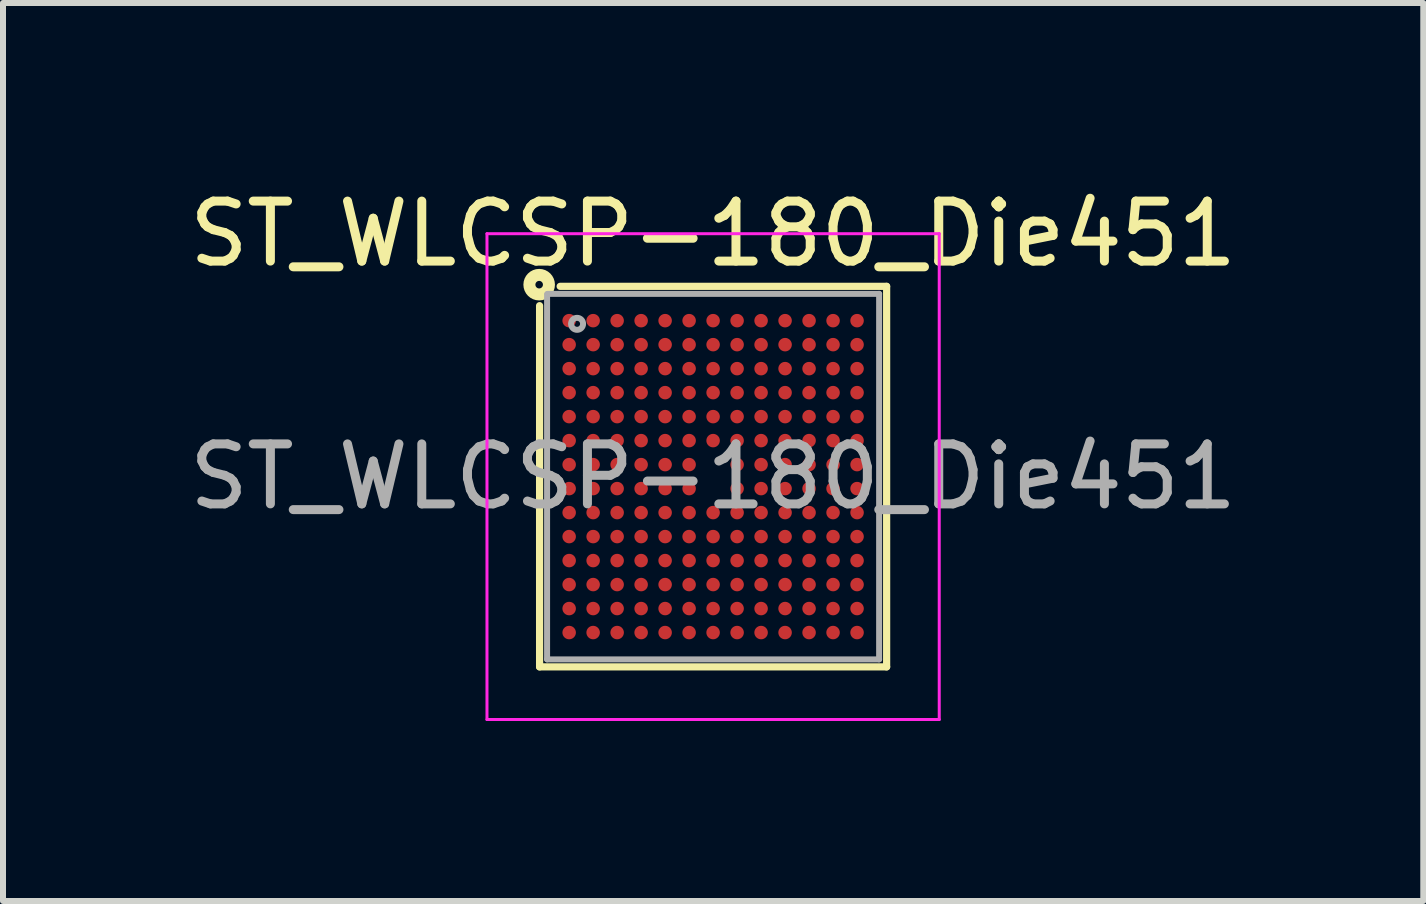
<source format=kicad_pcb>
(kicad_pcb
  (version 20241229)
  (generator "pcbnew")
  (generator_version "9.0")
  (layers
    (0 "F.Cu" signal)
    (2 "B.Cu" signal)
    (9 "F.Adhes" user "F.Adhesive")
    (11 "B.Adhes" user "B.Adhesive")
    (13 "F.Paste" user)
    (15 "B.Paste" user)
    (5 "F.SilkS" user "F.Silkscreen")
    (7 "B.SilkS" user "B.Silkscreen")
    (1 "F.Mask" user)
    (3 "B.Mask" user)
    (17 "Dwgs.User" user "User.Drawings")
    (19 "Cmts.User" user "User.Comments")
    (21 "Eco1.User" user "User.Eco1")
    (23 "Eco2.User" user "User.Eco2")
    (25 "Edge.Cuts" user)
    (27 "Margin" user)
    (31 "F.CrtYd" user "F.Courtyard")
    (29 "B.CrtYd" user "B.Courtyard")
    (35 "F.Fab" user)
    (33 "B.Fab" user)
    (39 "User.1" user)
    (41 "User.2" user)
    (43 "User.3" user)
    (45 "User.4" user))
  (footprint "ST_WLCSP-180_Die451"
    (layer "F.Cu")
    (at 8.839 4.896)
    (property "Reference" "ST_WLCSP-180_Die451" (at 0 -4.048 0) (layer "F.SilkS") (effects (font (size 1 1) (thickness 0.15))))
    (attr smd)
    (fp_line (start -2.893 3.172) (end -2.893 -2.85) (stroke (width 0.12) (type solid)) (layer "F.SilkS"))
    (fp_line (start -2.55 -3.172) (end 2.893 -3.172) (stroke (width 0.12) (type solid)) (layer "F.SilkS"))
    (fp_line (start 2.893 -3.172) (end 2.893 3.172) (stroke (width 0.12) (type solid)) (layer "F.SilkS"))
    (fp_line (start 2.893 3.172) (end -2.893 3.172) (stroke (width 0.12) (type solid)) (layer "F.SilkS"))
    (fp_circle (center -2.9 -3.2) (end -2.837 -3.2) (stroke (width 0.2) (type solid)) (fill no) (layer "F.SilkS"))
    (fp_line (start -3.77 -4.05) (end -3.77 4.05) (stroke (width 0.05) (type solid)) (layer "F.CrtYd"))
    (fp_line (start -3.77 4.05) (end 3.77 4.05) (stroke (width 0.05) (type solid)) (layer "F.CrtYd"))
    (fp_line (start 3.77 -4.05) (end -3.77 -4.05) (stroke (width 0.05) (type solid)) (layer "F.CrtYd"))
    (fp_line (start 3.77 4.05) (end 3.77 -4.05) (stroke (width 0.05) (type solid)) (layer "F.CrtYd"))
    (fp_line (start -2.768 3.047) (end -2.768 -3.04) (stroke (width 0.1) (type solid)) (layer "F.Fab"))
    (fp_line (start -2.76 -3.047) (end 2.768 -3.047) (stroke (width 0.1) (type solid)) (layer "F.Fab"))
    (fp_line (start 2.768 -3.047) (end 2.768 3.047) (stroke (width 0.1) (type solid)) (layer "F.Fab"))
    (fp_line (start 2.768 3.047) (end -2.768 3.047) (stroke (width 0.1) (type solid)) (layer "F.Fab"))
    (fp_circle (center -2.268 -2.547) (end -2.168 -2.547) (stroke (width 0.1) (type solid)) (fill no) (layer "F.Fab"))
    (fp_text user "${REFERENCE}" (at 0 0 0) (layer "F.Fab") (effects (font (size 1 1) (thickness 0.15))))
    (pad "A1" smd circle (at -2.4 -2.6) (size 0.225 0.225) (layers "F.Cu" "F.Mask" "F.Paste"))
    (pad "A2" smd circle (at -2 -2.6) (size 0.225 0.225) (layers "F.Cu" "F.Mask" "F.Paste"))
    (pad "A3" smd circle (at -1.6 -2.6) (size 0.225 0.225) (layers "F.Cu" "F.Mask" "F.Paste"))
    (pad "A4" smd circle (at -1.2 -2.6) (size 0.225 0.225) (layers "F.Cu" "F.Mask" "F.Paste"))
    (pad "A5" smd circle (at -0.8 -2.6) (size 0.225 0.225) (layers "F.Cu" "F.Mask" "F.Paste"))
    (pad "A6" smd circle (at -0.4 -2.6) (size 0.225 0.225) (layers "F.Cu" "F.Mask" "F.Paste"))
    (pad "A7" smd circle (at 0 -2.6) (size 0.225 0.225) (layers "F.Cu" "F.Mask" "F.Paste"))
    (pad "A8" smd circle (at 0.4 -2.6) (size 0.225 0.225) (layers "F.Cu" "F.Mask" "F.Paste"))
    (pad "A9" smd circle (at 0.8 -2.6) (size 0.225 0.225) (layers "F.Cu" "F.Mask" "F.Paste"))
    (pad "A10" smd circle (at 1.2 -2.6) (size 0.225 0.225) (layers "F.Cu" "F.Mask" "F.Paste"))
    (pad "A11" smd circle (at 1.6 -2.6) (size 0.225 0.225) (layers "F.Cu" "F.Mask" "F.Paste"))
    (pad "A12" smd circle (at 2 -2.6) (size 0.225 0.225) (layers "F.Cu" "F.Mask" "F.Paste"))
    (pad "A13" smd circle (at 2.4 -2.6) (size 0.225 0.225) (layers "F.Cu" "F.Mask" "F.Paste"))
    (pad "B1" smd circle (at -2.4 -2.2) (size 0.225 0.225) (layers "F.Cu" "F.Mask" "F.Paste"))
    (pad "B2" smd circle (at -2 -2.2) (size 0.225 0.225) (layers "F.Cu" "F.Mask" "F.Paste"))
    (pad "B3" smd circle (at -1.6 -2.2) (size 0.225 0.225) (layers "F.Cu" "F.Mask" "F.Paste"))
    (pad "B4" smd circle (at -1.2 -2.2) (size 0.225 0.225) (layers "F.Cu" "F.Mask" "F.Paste"))
    (pad "B5" smd circle (at -0.8 -2.2) (size 0.225 0.225) (layers "F.Cu" "F.Mask" "F.Paste"))
    (pad "B6" smd circle (at -0.4 -2.2) (size 0.225 0.225) (layers "F.Cu" "F.Mask" "F.Paste"))
    (pad "B7" smd circle (at 0 -2.2) (size 0.225 0.225) (layers "F.Cu" "F.Mask" "F.Paste"))
    (pad "B8" smd circle (at 0.4 -2.2) (size 0.225 0.225) (layers "F.Cu" "F.Mask" "F.Paste"))
    (pad "B9" smd circle (at 0.8 -2.2) (size 0.225 0.225) (layers "F.Cu" "F.Mask" "F.Paste"))
    (pad "B10" smd circle (at 1.2 -2.2) (size 0.225 0.225) (layers "F.Cu" "F.Mask" "F.Paste"))
    (pad "B11" smd circle (at 1.6 -2.2) (size 0.225 0.225) (layers "F.Cu" "F.Mask" "F.Paste"))
    (pad "B12" smd circle (at 2 -2.2) (size 0.225 0.225) (layers "F.Cu" "F.Mask" "F.Paste"))
    (pad "B13" smd circle (at 2.4 -2.2) (size 0.225 0.225) (layers "F.Cu" "F.Mask" "F.Paste"))
    (pad "C1" smd circle (at -2.4 -1.8) (size 0.225 0.225) (layers "F.Cu" "F.Mask" "F.Paste"))
    (pad "C2" smd circle (at -2 -1.8) (size 0.225 0.225) (layers "F.Cu" "F.Mask" "F.Paste"))
    (pad "C3" smd circle (at -1.6 -1.8) (size 0.225 0.225) (layers "F.Cu" "F.Mask" "F.Paste"))
    (pad "C4" smd circle (at -1.2 -1.8) (size 0.225 0.225) (layers "F.Cu" "F.Mask" "F.Paste"))
    (pad "C5" smd circle (at -0.8 -1.8) (size 0.225 0.225) (layers "F.Cu" "F.Mask" "F.Paste"))
    (pad "C6" smd circle (at -0.4 -1.8) (size 0.225 0.225) (layers "F.Cu" "F.Mask" "F.Paste"))
    (pad "C7" smd circle (at 0 -1.8) (size 0.225 0.225) (layers "F.Cu" "F.Mask" "F.Paste"))
    (pad "C8" smd circle (at 0.4 -1.8) (size 0.225 0.225) (layers "F.Cu" "F.Mask" "F.Paste"))
    (pad "C9" smd circle (at 0.8 -1.8) (size 0.225 0.225) (layers "F.Cu" "F.Mask" "F.Paste"))
    (pad "C10" smd circle (at 1.2 -1.8) (size 0.225 0.225) (layers "F.Cu" "F.Mask" "F.Paste"))
    (pad "C11" smd circle (at 1.6 -1.8) (size 0.225 0.225) (layers "F.Cu" "F.Mask" "F.Paste"))
    (pad "C12" smd circle (at 2 -1.8) (size 0.225 0.225) (layers "F.Cu" "F.Mask" "F.Paste"))
    (pad "C13" smd circle (at 2.4 -1.8) (size 0.225 0.225) (layers "F.Cu" "F.Mask" "F.Paste"))
    (pad "D1" smd circle (at -2.4 -1.4) (size 0.225 0.225) (layers "F.Cu" "F.Mask" "F.Paste"))
    (pad "D2" smd circle (at -2 -1.4) (size 0.225 0.225) (layers "F.Cu" "F.Mask" "F.Paste"))
    (pad "D3" smd circle (at -1.6 -1.4) (size 0.225 0.225) (layers "F.Cu" "F.Mask" "F.Paste"))
    (pad "D4" smd circle (at -1.2 -1.4) (size 0.225 0.225) (layers "F.Cu" "F.Mask" "F.Paste"))
    (pad "D5" smd circle (at -0.8 -1.4) (size 0.225 0.225) (layers "F.Cu" "F.Mask" "F.Paste"))
    (pad "D6" smd circle (at -0.4 -1.4) (size 0.225 0.225) (layers "F.Cu" "F.Mask" "F.Paste"))
    (pad "D7" smd circle (at 0 -1.4) (size 0.225 0.225) (layers "F.Cu" "F.Mask" "F.Paste"))
    (pad "D8" smd circle (at 0.4 -1.4) (size 0.225 0.225) (layers "F.Cu" "F.Mask" "F.Paste"))
    (pad "D9" smd circle (at 0.8 -1.4) (size 0.225 0.225) (layers "F.Cu" "F.Mask" "F.Paste"))
    (pad "D10" smd circle (at 1.2 -1.4) (size 0.225 0.225) (layers "F.Cu" "F.Mask" "F.Paste"))
    (pad "D11" smd circle (at 1.6 -1.4) (size 0.225 0.225) (layers "F.Cu" "F.Mask" "F.Paste"))
    (pad "D12" smd circle (at 2 -1.4) (size 0.225 0.225) (layers "F.Cu" "F.Mask" "F.Paste"))
    (pad "D13" smd circle (at 2.4 -1.4) (size 0.225 0.225) (layers "F.Cu" "F.Mask" "F.Paste"))
    (pad "E1" smd circle (at -2.4 -1) (size 0.225 0.225) (layers "F.Cu" "F.Mask" "F.Paste"))
    (pad "E2" smd circle (at -2 -1) (size 0.225 0.225) (layers "F.Cu" "F.Mask" "F.Paste"))
    (pad "E3" smd circle (at -1.6 -1) (size 0.225 0.225) (layers "F.Cu" "F.Mask" "F.Paste"))
    (pad "E4" smd circle (at -1.2 -1) (size 0.225 0.225) (layers "F.Cu" "F.Mask" "F.Paste"))
    (pad "E5" smd circle (at -0.8 -1) (size 0.225 0.225) (layers "F.Cu" "F.Mask" "F.Paste"))
    (pad "E6" smd circle (at -0.4 -1) (size 0.225 0.225) (layers "F.Cu" "F.Mask" "F.Paste"))
    (pad "E7" smd circle (at 0 -1) (size 0.225 0.225) (layers "F.Cu" "F.Mask" "F.Paste"))
    (pad "E8" smd circle (at 0.4 -1) (size 0.225 0.225) (layers "F.Cu" "F.Mask" "F.Paste"))
    (pad "E9" smd circle (at 0.8 -1) (size 0.225 0.225) (layers "F.Cu" "F.Mask" "F.Paste"))
    (pad "E10" smd circle (at 1.2 -1) (size 0.225 0.225) (layers "F.Cu" "F.Mask" "F.Paste"))
    (pad "E11" smd circle (at 1.6 -1) (size 0.225 0.225) (layers "F.Cu" "F.Mask" "F.Paste"))
    (pad "E12" smd circle (at 2 -1) (size 0.225 0.225) (layers "F.Cu" "F.Mask" "F.Paste"))
    (pad "E13" smd circle (at 2.4 -1) (size 0.225 0.225) (layers "F.Cu" "F.Mask" "F.Paste"))
    (pad "F1" smd circle (at -2.4 -0.6) (size 0.225 0.225) (layers "F.Cu" "F.Mask" "F.Paste"))
    (pad "F2" smd circle (at -2 -0.6) (size 0.225 0.225) (layers "F.Cu" "F.Mask" "F.Paste"))
    (pad "F3" smd circle (at -1.6 -0.6) (size 0.225 0.225) (layers "F.Cu" "F.Mask" "F.Paste"))
    (pad "F4" smd circle (at -1.2 -0.6) (size 0.225 0.225) (layers "F.Cu" "F.Mask" "F.Paste"))
    (pad "F5" smd circle (at -0.8 -0.6) (size 0.225 0.225) (layers "F.Cu" "F.Mask" "F.Paste"))
    (pad "F6" smd circle (at -0.4 -0.6) (size 0.225 0.225) (layers "F.Cu" "F.Mask" "F.Paste"))
    (pad "F7" smd circle (at 0 -0.6) (size 0.225 0.225) (layers "F.Cu" "F.Mask" "F.Paste"))
    (pad "F8" smd circle (at 0.4 -0.6) (size 0.225 0.225) (layers "F.Cu" "F.Mask" "F.Paste"))
    (pad "F9" smd circle (at 0.8 -0.6) (size 0.225 0.225) (layers "F.Cu" "F.Mask" "F.Paste"))
    (pad "F10" smd circle (at 1.2 -0.6) (size 0.225 0.225) (layers "F.Cu" "F.Mask" "F.Paste"))
    (pad "F11" smd circle (at 1.6 -0.6) (size 0.225 0.225) (layers "F.Cu" "F.Mask" "F.Paste"))
    (pad "F12" smd circle (at 2 -0.6) (size 0.225 0.225) (layers "F.Cu" "F.Mask" "F.Paste"))
    (pad "F13" smd circle (at 2.4 -0.6) (size 0.225 0.225) (layers "F.Cu" "F.Mask" "F.Paste"))
    (pad "G1" smd circle (at -2.4 -0.2) (size 0.225 0.225) (layers "F.Cu" "F.Mask" "F.Paste"))
    (pad "G2" smd circle (at -2 -0.2) (size 0.225 0.225) (layers "F.Cu" "F.Mask" "F.Paste"))
    (pad "G3" smd circle (at -1.6 -0.2) (size 0.225 0.225) (layers "F.Cu" "F.Mask" "F.Paste"))
    (pad "G4" smd circle (at -1.2 -0.2) (size 0.225 0.225) (layers "F.Cu" "F.Mask" "F.Paste"))
    (pad "G5" smd circle (at -0.8 -0.2) (size 0.225 0.225) (layers "F.Cu" "F.Mask" "F.Paste"))
    (pad "G6" smd circle (at -0.4 -0.2) (size 0.225 0.225) (layers "F.Cu" "F.Mask" "F.Paste"))
    (pad "G8" smd circle (at 0.4 -0.2) (size 0.225 0.225) (layers "F.Cu" "F.Mask" "F.Paste"))
    (pad "G9" smd circle (at 0.8 -0.2) (size 0.225 0.225) (layers "F.Cu" "F.Mask" "F.Paste"))
    (pad "G10" smd circle (at 1.2 -0.2) (size 0.225 0.225) (layers "F.Cu" "F.Mask" "F.Paste"))
    (pad "G11" smd circle (at 1.6 -0.2) (size 0.225 0.225) (layers "F.Cu" "F.Mask" "F.Paste"))
    (pad "G12" smd circle (at 2 -0.2) (size 0.225 0.225) (layers "F.Cu" "F.Mask" "F.Paste"))
    (pad "G13" smd circle (at 2.4 -0.2) (size 0.225 0.225) (layers "F.Cu" "F.Mask" "F.Paste"))
    (pad "H1" smd circle (at -2.4 0.2) (size 0.225 0.225) (layers "F.Cu" "F.Mask" "F.Paste"))
    (pad "H2" smd circle (at -2 0.2) (size 0.225 0.225) (layers "F.Cu" "F.Mask" "F.Paste"))
    (pad "H3" smd circle (at -1.6 0.2) (size 0.225 0.225) (layers "F.Cu" "F.Mask" "F.Paste"))
    (pad "H4" smd circle (at -1.2 0.2) (size 0.225 0.225) (layers "F.Cu" "F.Mask" "F.Paste"))
    (pad "H5" smd circle (at -0.8 0.2) (size 0.225 0.225) (layers "F.Cu" "F.Mask" "F.Paste"))
    (pad "H6" smd circle (at -0.4 0.2) (size 0.225 0.225) (layers "F.Cu" "F.Mask" "F.Paste"))
    (pad "H8" smd circle (at 0.4 0.2) (size 0.225 0.225) (layers "F.Cu" "F.Mask" "F.Paste"))
    (pad "H9" smd circle (at 0.8 0.2) (size 0.225 0.225) (layers "F.Cu" "F.Mask" "F.Paste"))
    (pad "H10" smd circle (at 1.2 0.2) (size 0.225 0.225) (layers "F.Cu" "F.Mask" "F.Paste"))
    (pad "H11" smd circle (at 1.6 0.2) (size 0.225 0.225) (layers "F.Cu" "F.Mask" "F.Paste"))
    (pad "H12" smd circle (at 2 0.2) (size 0.225 0.225) (layers "F.Cu" "F.Mask" "F.Paste"))
    (pad "H13" smd circle (at 2.4 0.2) (size 0.225 0.225) (layers "F.Cu" "F.Mask" "F.Paste"))
    (pad "J1" smd circle (at -2.4 0.6) (size 0.225 0.225) (layers "F.Cu" "F.Mask" "F.Paste"))
    (pad "J2" smd circle (at -2 0.6) (size 0.225 0.225) (layers "F.Cu" "F.Mask" "F.Paste"))
    (pad "J3" smd circle (at -1.6 0.6) (size 0.225 0.225) (layers "F.Cu" "F.Mask" "F.Paste"))
    (pad "J4" smd circle (at -1.2 0.6) (size 0.225 0.225) (layers "F.Cu" "F.Mask" "F.Paste"))
    (pad "J5" smd circle (at -0.8 0.6) (size 0.225 0.225) (layers "F.Cu" "F.Mask" "F.Paste"))
    (pad "J6" smd circle (at -0.4 0.6) (size 0.225 0.225) (layers "F.Cu" "F.Mask" "F.Paste"))
    (pad "J7" smd circle (at 0 0.6) (size 0.225 0.225) (layers "F.Cu" "F.Mask" "F.Paste"))
    (pad "J8" smd circle (at 0.4 0.6) (size 0.225 0.225) (layers "F.Cu" "F.Mask" "F.Paste"))
    (pad "J9" smd circle (at 0.8 0.6) (size 0.225 0.225) (layers "F.Cu" "F.Mask" "F.Paste"))
    (pad "J10" smd circle (at 1.2 0.6) (size 0.225 0.225) (layers "F.Cu" "F.Mask" "F.Paste"))
    (pad "J11" smd circle (at 1.6 0.6) (size 0.225 0.225) (layers "F.Cu" "F.Mask" "F.Paste"))
    (pad "J12" smd circle (at 2 0.6) (size 0.225 0.225) (layers "F.Cu" "F.Mask" "F.Paste"))
    (pad "J13" smd circle (at 2.4 0.6) (size 0.225 0.225) (layers "F.Cu" "F.Mask" "F.Paste"))
    (pad "K1" smd circle (at -2.4 1) (size 0.225 0.225) (layers "F.Cu" "F.Mask" "F.Paste"))
    (pad "K2" smd circle (at -2 1) (size 0.225 0.225) (layers "F.Cu" "F.Mask" "F.Paste"))
    (pad "K3" smd circle (at -1.6 1) (size 0.225 0.225) (layers "F.Cu" "F.Mask" "F.Paste"))
    (pad "K4" smd circle (at -1.2 1) (size 0.225 0.225) (layers "F.Cu" "F.Mask" "F.Paste"))
    (pad "K5" smd circle (at -0.8 1) (size 0.225 0.225) (layers "F.Cu" "F.Mask" "F.Paste"))
    (pad "K6" smd circle (at -0.4 1) (size 0.225 0.225) (layers "F.Cu" "F.Mask" "F.Paste"))
    (pad "K7" smd circle (at 0 1) (size 0.225 0.225) (layers "F.Cu" "F.Mask" "F.Paste"))
    (pad "K8" smd circle (at 0.4 1) (size 0.225 0.225) (layers "F.Cu" "F.Mask" "F.Paste"))
    (pad "K9" smd circle (at 0.8 1) (size 0.225 0.225) (layers "F.Cu" "F.Mask" "F.Paste"))
    (pad "K10" smd circle (at 1.2 1) (size 0.225 0.225) (layers "F.Cu" "F.Mask" "F.Paste"))
    (pad "K11" smd circle (at 1.6 1) (size 0.225 0.225) (layers "F.Cu" "F.Mask" "F.Paste"))
    (pad "K12" smd circle (at 2 1) (size 0.225 0.225) (layers "F.Cu" "F.Mask" "F.Paste"))
    (pad "K13" smd circle (at 2.4 1) (size 0.225 0.225) (layers "F.Cu" "F.Mask" "F.Paste"))
    (pad "L1" smd circle (at -2.4 1.4) (size 0.225 0.225) (layers "F.Cu" "F.Mask" "F.Paste"))
    (pad "L2" smd circle (at -2 1.4) (size 0.225 0.225) (layers "F.Cu" "F.Mask" "F.Paste"))
    (pad "L3" smd circle (at -1.6 1.4) (size 0.225 0.225) (layers "F.Cu" "F.Mask" "F.Paste"))
    (pad "L4" smd circle (at -1.2 1.4) (size 0.225 0.225) (layers "F.Cu" "F.Mask" "F.Paste"))
    (pad "L5" smd circle (at -0.8 1.4) (size 0.225 0.225) (layers "F.Cu" "F.Mask" "F.Paste"))
    (pad "L6" smd circle (at -0.4 1.4) (size 0.225 0.225) (layers "F.Cu" "F.Mask" "F.Paste"))
    (pad "L7" smd circle (at 0 1.4) (size 0.225 0.225) (layers "F.Cu" "F.Mask" "F.Paste"))
    (pad "L8" smd circle (at 0.4 1.4) (size 0.225 0.225) (layers "F.Cu" "F.Mask" "F.Paste"))
    (pad "L9" smd circle (at 0.8 1.4) (size 0.225 0.225) (layers "F.Cu" "F.Mask" "F.Paste"))
    (pad "L10" smd circle (at 1.2 1.4) (size 0.225 0.225) (layers "F.Cu" "F.Mask" "F.Paste"))
    (pad "L11" smd circle (at 1.6 1.4) (size 0.225 0.225) (layers "F.Cu" "F.Mask" "F.Paste"))
    (pad "L12" smd circle (at 2 1.4) (size 0.225 0.225) (layers "F.Cu" "F.Mask" "F.Paste"))
    (pad "L13" smd circle (at 2.4 1.4) (size 0.225 0.225) (layers "F.Cu" "F.Mask" "F.Paste"))
    (pad "M1" smd circle (at -2.4 1.8) (size 0.225 0.225) (layers "F.Cu" "F.Mask" "F.Paste"))
    (pad "M2" smd circle (at -2 1.8) (size 0.225 0.225) (layers "F.Cu" "F.Mask" "F.Paste"))
    (pad "M3" smd circle (at -1.6 1.8) (size 0.225 0.225) (layers "F.Cu" "F.Mask" "F.Paste"))
    (pad "M4" smd circle (at -1.2 1.8) (size 0.225 0.225) (layers "F.Cu" "F.Mask" "F.Paste"))
    (pad "M5" smd circle (at -0.8 1.8) (size 0.225 0.225) (layers "F.Cu" "F.Mask" "F.Paste"))
    (pad "M6" smd circle (at -0.4 1.8) (size 0.225 0.225) (layers "F.Cu" "F.Mask" "F.Paste"))
    (pad "M7" smd circle (at 0 1.8) (size 0.225 0.225) (layers "F.Cu" "F.Mask" "F.Paste"))
    (pad "M8" smd circle (at 0.4 1.8) (size 0.225 0.225) (layers "F.Cu" "F.Mask" "F.Paste"))
    (pad "M9" smd circle (at 0.8 1.8) (size 0.225 0.225) (layers "F.Cu" "F.Mask" "F.Paste"))
    (pad "M10" smd circle (at 1.2 1.8) (size 0.225 0.225) (layers "F.Cu" "F.Mask" "F.Paste"))
    (pad "M11" smd circle (at 1.6 1.8) (size 0.225 0.225) (layers "F.Cu" "F.Mask" "F.Paste"))
    (pad "M12" smd circle (at 2 1.8) (size 0.225 0.225) (layers "F.Cu" "F.Mask" "F.Paste"))
    (pad "M13" smd circle (at 2.4 1.8) (size 0.225 0.225) (layers "F.Cu" "F.Mask" "F.Paste"))
    (pad "N1" smd circle (at -2.4 2.2) (size 0.225 0.225) (layers "F.Cu" "F.Mask" "F.Paste"))
    (pad "N2" smd circle (at -2 2.2) (size 0.225 0.225) (layers "F.Cu" "F.Mask" "F.Paste"))
    (pad "N3" smd circle (at -1.6 2.2) (size 0.225 0.225) (layers "F.Cu" "F.Mask" "F.Paste"))
    (pad "N4" smd circle (at -1.2 2.2) (size 0.225 0.225) (layers "F.Cu" "F.Mask" "F.Paste"))
    (pad "N5" smd circle (at -0.8 2.2) (size 0.225 0.225) (layers "F.Cu" "F.Mask" "F.Paste"))
    (pad "N6" smd circle (at -0.4 2.2) (size 0.225 0.225) (layers "F.Cu" "F.Mask" "F.Paste"))
    (pad "N7" smd circle (at 0 2.2) (size 0.225 0.225) (layers "F.Cu" "F.Mask" "F.Paste"))
    (pad "N8" smd circle (at 0.4 2.2) (size 0.225 0.225) (layers "F.Cu" "F.Mask" "F.Paste"))
    (pad "N9" smd circle (at 0.8 2.2) (size 0.225 0.225) (layers "F.Cu" "F.Mask" "F.Paste"))
    (pad "N10" smd circle (at 1.2 2.2) (size 0.225 0.225) (layers "F.Cu" "F.Mask" "F.Paste"))
    (pad "N11" smd circle (at 1.6 2.2) (size 0.225 0.225) (layers "F.Cu" "F.Mask" "F.Paste"))
    (pad "N12" smd circle (at 2 2.2) (size 0.225 0.225) (layers "F.Cu" "F.Mask" "F.Paste"))
    (pad "N13" smd circle (at 2.4 2.2) (size 0.225 0.225) (layers "F.Cu" "F.Mask" "F.Paste"))
    (pad "P1" smd circle (at -2.4 2.6) (size 0.225 0.225) (layers "F.Cu" "F.Mask" "F.Paste"))
    (pad "P2" smd circle (at -2 2.6) (size 0.225 0.225) (layers "F.Cu" "F.Mask" "F.Paste"))
    (pad "P3" smd circle (at -1.6 2.6) (size 0.225 0.225) (layers "F.Cu" "F.Mask" "F.Paste"))
    (pad "P4" smd circle (at -1.2 2.6) (size 0.225 0.225) (layers "F.Cu" "F.Mask" "F.Paste"))
    (pad "P5" smd circle (at -0.8 2.6) (size 0.225 0.225) (layers "F.Cu" "F.Mask" "F.Paste"))
    (pad "P6" smd circle (at -0.4 2.6) (size 0.225 0.225) (layers "F.Cu" "F.Mask" "F.Paste"))
    (pad "P7" smd circle (at 0 2.6) (size 0.225 0.225) (layers "F.Cu" "F.Mask" "F.Paste"))
    (pad "P8" smd circle (at 0.4 2.6) (size 0.225 0.225) (layers "F.Cu" "F.Mask" "F.Paste"))
    (pad "P9" smd circle (at 0.8 2.6) (size 0.225 0.225) (layers "F.Cu" "F.Mask" "F.Paste"))
    (pad "P10" smd circle (at 1.2 2.6) (size 0.225 0.225) (layers "F.Cu" "F.Mask" "F.Paste"))
    (pad "P11" smd circle (at 1.6 2.6) (size 0.225 0.225) (layers "F.Cu" "F.Mask" "F.Paste"))
    (pad "P12" smd circle (at 2 2.6) (size 0.225 0.225) (layers "F.Cu" "F.Mask" "F.Paste"))
    (pad "P13" smd circle (at 2.4 2.6) (size 0.225 0.225) (layers "F.Cu" "F.Mask" "F.Paste")))
  (gr_rect
    (start -3 -3)
    (end 20.679 11.971)
    (stroke (width 0.1) (type default))
    (fill no)
    (layer "Edge.Cuts")))
</source>
